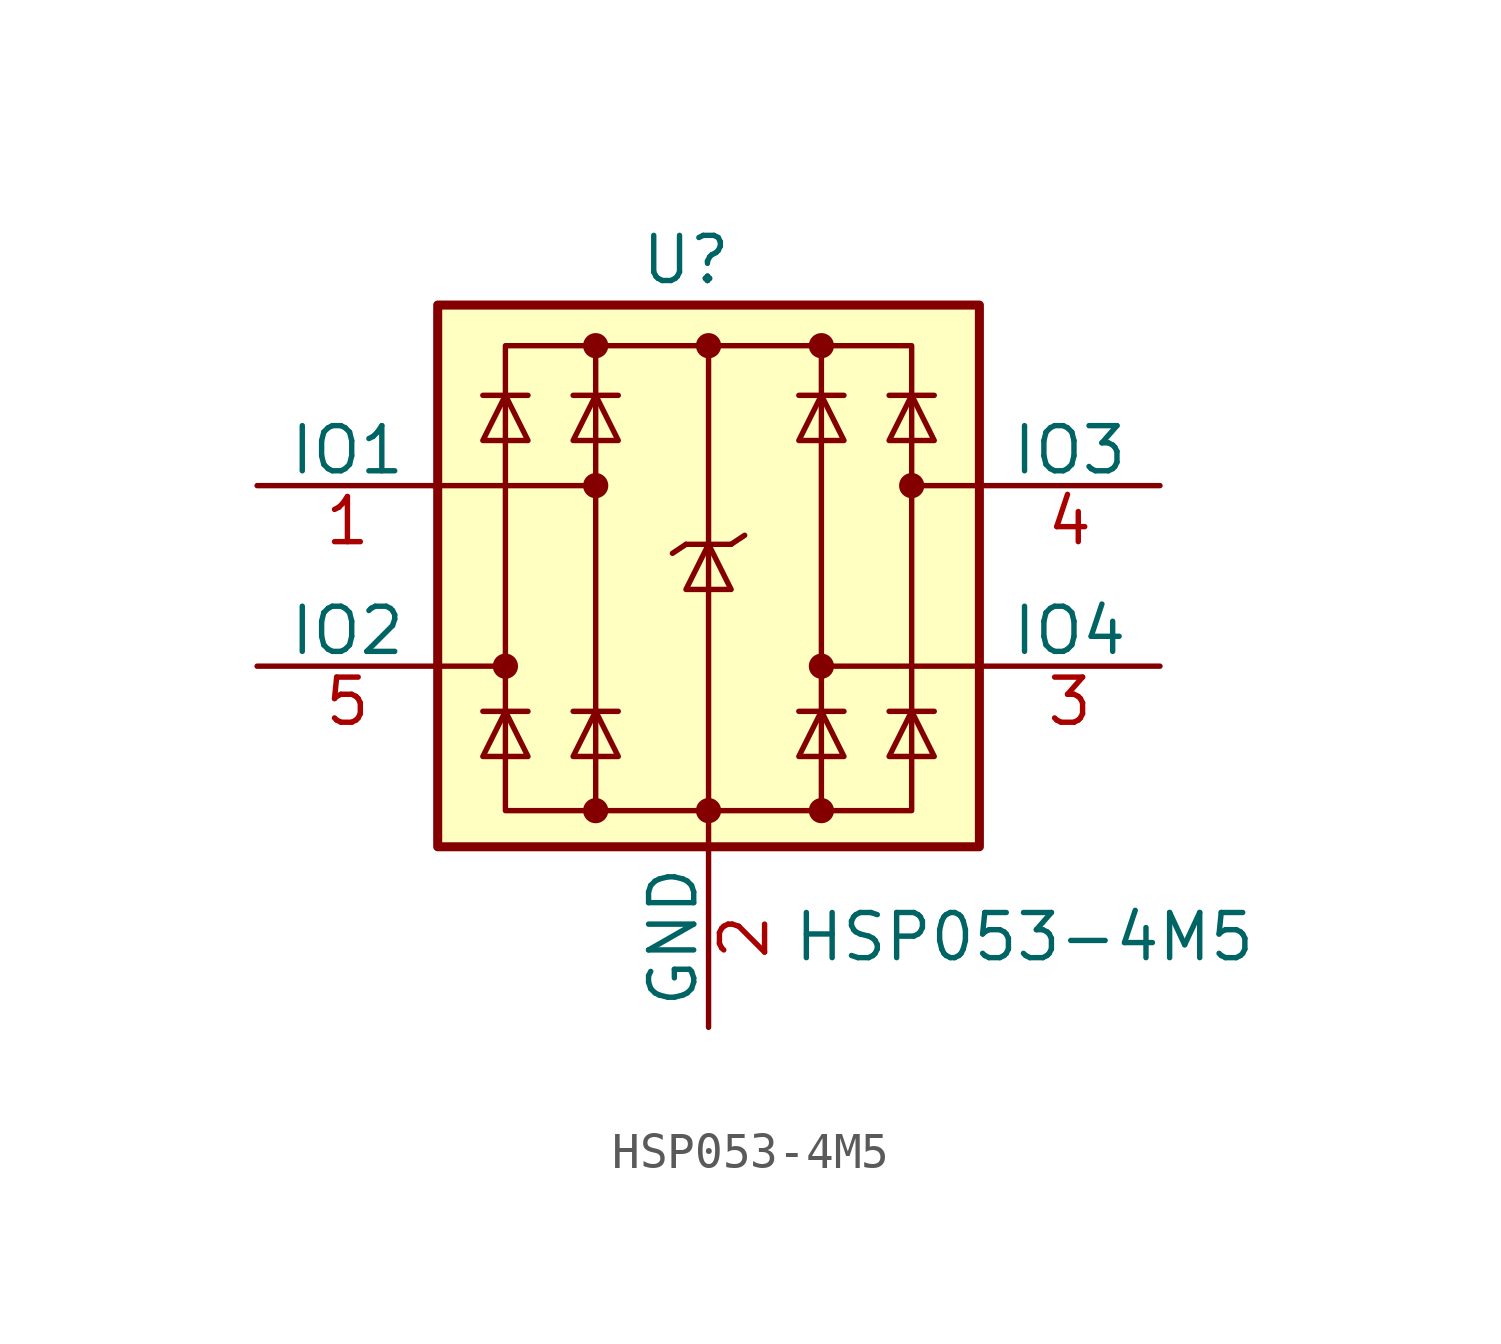
<source format=kicad_sym>
(kicad_symbol_lib
  (version 20211014)
  (generator kicad_symbol_editor)
  (symbol "HSP053-4M5"
    (pin_names
      (offset 0))
    (property "Reference" "U"
      (at -0.635 8.89 0)
      (effects (font (size 1.27 1.27))))
    (property "Value" "HSP053-4M5"
      (at 8.89 -10.16 0)
      (effects (font (size 1.27 1.27))))
    (symbol "HSP053-4M5_0_0"
      (rectangle (start -5.715 6.477) (end 5.715 -6.604) (stroke (width 0) (type default) (color 0 0 0 0)) (fill (type none)))
      (polyline (pts (xy -3.175 -6.604) (xy -3.175 6.477)) (stroke (width 0) (type default) (color 0 0 0 0)) (fill (type none)))
      (polyline (pts (xy 0 6.477) (xy 0 -6.604)) (stroke (width 0) (type default) (color 0 0 0 0)) (fill (type none)))
      (polyline (pts (xy 3.175 6.477) (xy 3.175 -6.604)) (stroke (width 0) (type default) (color 0 0 0 0)) (fill (type none))))
    (symbol "HSP053-4M5_0_1"
      (rectangle (start -7.62 7.62) (end 7.62 -7.62) (stroke (width 0.254) (type default) (color 0 0 0 0)) (fill (type background)))
      (circle (center -5.715 -2.54) (radius 0.279) (stroke (width 0) (type default) (color 0 0 0 0)) (fill (type outline)))
      (circle (center -3.175 -6.604) (radius 0.279) (stroke (width 0) (type default) (color 0 0 0 0)) (fill (type outline)))
      (circle (center -3.175 2.54) (radius 0.279) (stroke (width 0) (type default) (color 0 0 0 0)) (fill (type outline)))
      (circle (center -3.175 6.477) (radius 0.279) (stroke (width 0) (type default) (color 0 0 0 0)) (fill (type outline)))
      (circle (center 0 -6.604) (radius 0.279) (stroke (width 0) (type default) (color 0 0 0 0)) (fill (type outline)))
      (polyline (pts (xy -7.747 2.54) (xy -3.175 2.54)) (stroke (width 0) (type default) (color 0 0 0 0)) (fill (type none)))
      (polyline (pts (xy -7.62 -2.54) (xy -5.715 -2.54)) (stroke (width 0) (type default) (color 0 0 0 0)) (fill (type none)))
      (polyline (pts (xy -5.08 -3.81) (xy -6.35 -3.81)) (stroke (width 0) (type default) (color 0 0 0 0)) (fill (type none)))
      (polyline (pts (xy -5.08 5.08) (xy -6.35 5.08)) (stroke (width 0) (type default) (color 0 0 0 0)) (fill (type none)))
      (polyline (pts (xy -2.54 -3.81) (xy -3.81 -3.81)) (stroke (width 0) (type default) (color 0 0 0 0)) (fill (type none)))
      (polyline (pts (xy -2.54 5.08) (xy -3.81 5.08)) (stroke (width 0) (type default) (color 0 0 0 0)) (fill (type none)))
      (polyline (pts (xy -0.635 0.889) (xy -1.016 0.635)) (stroke (width 0) (type default) (color 0 0 0 0)) (fill (type none)))
      (polyline (pts (xy 0 -6.604) (xy 0 -7.62)) (stroke (width 0) (type default) (color 0 0 0 0)) (fill (type none)))
      (polyline (pts (xy 0.635 0.889) (xy -0.635 0.889)) (stroke (width 0) (type default) (color 0 0 0 0)) (fill (type none)))
      (polyline (pts (xy 0.635 0.889) (xy 1.016 1.143)) (stroke (width 0) (type default) (color 0 0 0 0)) (fill (type none)))
      (polyline (pts (xy 3.81 -3.81) (xy 2.54 -3.81)) (stroke (width 0) (type default) (color 0 0 0 0)) (fill (type none)))
      (polyline (pts (xy 3.81 5.08) (xy 2.54 5.08)) (stroke (width 0) (type default) (color 0 0 0 0)) (fill (type none)))
      (polyline (pts (xy 6.35 -3.81) (xy 5.08 -3.81)) (stroke (width 0) (type default) (color 0 0 0 0)) (fill (type none)))
      (polyline (pts (xy 6.35 5.08) (xy 5.08 5.08)) (stroke (width 0) (type default) (color 0 0 0 0)) (fill (type none)))
      (polyline (pts (xy 7.62 -2.54) (xy 3.175 -2.54)) (stroke (width 0) (type default) (color 0 0 0 0)) (fill (type none)))
      (polyline (pts (xy 7.62 2.54) (xy 5.715 2.54)) (stroke (width 0) (type default) (color 0 0 0 0)) (fill (type none)))
      (polyline (pts (xy -5.08 -5.08) (xy -6.35 -5.08) (xy -5.715 -3.81) (xy -5.08 -5.08)) (stroke (width 0) (type default) (color 0 0 0 0)) (fill (type none)))
      (polyline (pts (xy -5.08 3.81) (xy -6.35 3.81) (xy -5.715 5.08) (xy -5.08 3.81)) (stroke (width 0) (type default) (color 0 0 0 0)) (fill (type none)))
      (polyline (pts (xy -2.54 -5.08) (xy -3.81 -5.08) (xy -3.175 -3.81) (xy -2.54 -5.08)) (stroke (width 0) (type default) (color 0 0 0 0)) (fill (type none)))
      (polyline (pts (xy -2.54 3.81) (xy -3.81 3.81) (xy -3.175 5.08) (xy -2.54 3.81)) (stroke (width 0) (type default) (color 0 0 0 0)) (fill (type none)))
      (polyline (pts (xy 0.635 -0.381) (xy -0.635 -0.381) (xy 0 0.889) (xy 0.635 -0.381)) (stroke (width 0) (type default) (color 0 0 0 0)) (fill (type none)))
      (polyline (pts (xy 3.81 -5.08) (xy 2.54 -5.08) (xy 3.175 -3.81) (xy 3.81 -5.08)) (stroke (width 0) (type default) (color 0 0 0 0)) (fill (type none)))
      (polyline (pts (xy 3.81 3.81) (xy 2.54 3.81) (xy 3.175 5.08) (xy 3.81 3.81)) (stroke (width 0) (type default) (color 0 0 0 0)) (fill (type none)))
      (polyline (pts (xy 6.35 -5.08) (xy 5.08 -5.08) (xy 5.715 -3.81) (xy 6.35 -5.08)) (stroke (width 0) (type default) (color 0 0 0 0)) (fill (type none)))
      (polyline (pts (xy 6.35 3.81) (xy 5.08 3.81) (xy 5.715 5.08) (xy 6.35 3.81)) (stroke (width 0) (type default) (color 0 0 0 0)) (fill (type none)))
      (circle (center 0 6.477) (radius 0.279) (stroke (width 0) (type default) (color 0 0 0 0)) (fill (type outline)))
      (circle (center 3.175 -6.604) (radius 0.279) (stroke (width 0) (type default) (color 0 0 0 0)) (fill (type outline)))
      (circle (center 3.175 -2.54) (radius 0.279) (stroke (width 0) (type default) (color 0 0 0 0)) (fill (type outline)))
      (circle (center 3.175 6.477) (radius 0.279) (stroke (width 0) (type default) (color 0 0 0 0)) (fill (type outline)))
      (circle (center 5.715 2.54) (radius 0.279) (stroke (width 0) (type default) (color 0 0 0 0)) (fill (type outline))))
    (symbol "HSP053-4M5_1_1"
      (pin passive line (at -12.7 2.54 0) (length 5.08) (name "IO1" (effects (font (size 1.27 1.27)))) (number "1" (effects (font (size 1.27 1.27)))))
      (pin no_connect line (at -5.08 7.62 0) (length 5.08) hide (name "NC" (effects (font (size 1.27 1.27)))) (number "10" (effects (font (size 1.27 1.27)))))
      (pin power_in line (at 0 -12.7 90) (length 5.08) (name "GND" (effects (font (size 1.27 1.27)))) (number "2" (effects (font (size 1.27 1.27)))))
      (pin passive line (at 12.7 -2.54 180) (length 5.08) (name "IO4" (effects (font (size 1.27 1.27)))) (number "3" (effects (font (size 1.27 1.27)))))
      (pin passive line (at 12.7 2.54 180) (length 5.08) (name "IO3" (effects (font (size 1.27 1.27)))) (number "4" (effects (font (size 1.27 1.27)))))
      (pin passive line (at -12.7 -2.54 0) (length 5.08) (name "IO2" (effects (font (size 1.27 1.27)))) (number "5" (effects (font (size 1.27 1.27)))))
      (pin no_connect line (at 5.08 -7.62 180) (length 5.08) hide (name "NC" (effects (font (size 1.27 1.27)))) (number "6" (effects (font (size 1.27 1.27)))))
      (pin no_connect line (at 5.08 7.62 180) (length 5.08) hide (name "NC" (effects (font (size 1.27 1.27)))) (number "7" (effects (font (size 1.27 1.27)))))
      (pin no_connect line (at -5.08 -7.62 0) (length 5.08) hide (name "NC" (effects (font (size 1.27 1.27)))) (number "9" (effects (font (size 1.27 1.27))))))))
</source>
